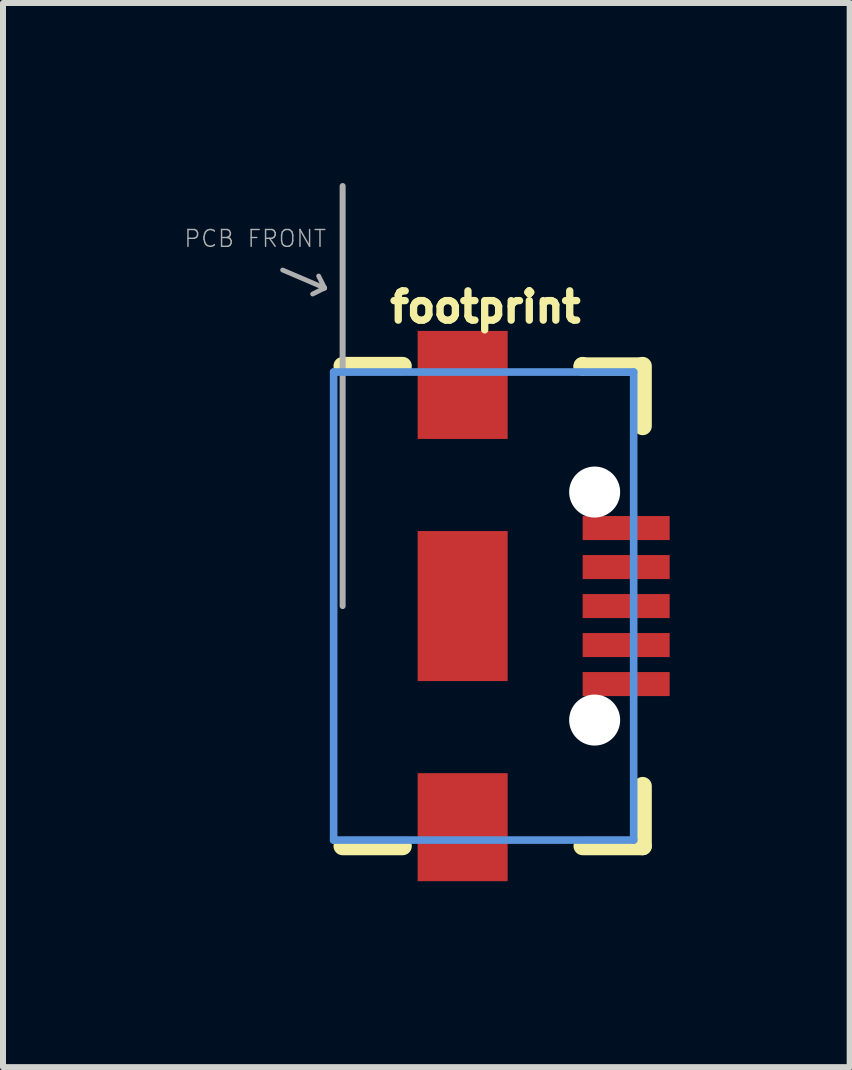
<source format=kicad_pcb>
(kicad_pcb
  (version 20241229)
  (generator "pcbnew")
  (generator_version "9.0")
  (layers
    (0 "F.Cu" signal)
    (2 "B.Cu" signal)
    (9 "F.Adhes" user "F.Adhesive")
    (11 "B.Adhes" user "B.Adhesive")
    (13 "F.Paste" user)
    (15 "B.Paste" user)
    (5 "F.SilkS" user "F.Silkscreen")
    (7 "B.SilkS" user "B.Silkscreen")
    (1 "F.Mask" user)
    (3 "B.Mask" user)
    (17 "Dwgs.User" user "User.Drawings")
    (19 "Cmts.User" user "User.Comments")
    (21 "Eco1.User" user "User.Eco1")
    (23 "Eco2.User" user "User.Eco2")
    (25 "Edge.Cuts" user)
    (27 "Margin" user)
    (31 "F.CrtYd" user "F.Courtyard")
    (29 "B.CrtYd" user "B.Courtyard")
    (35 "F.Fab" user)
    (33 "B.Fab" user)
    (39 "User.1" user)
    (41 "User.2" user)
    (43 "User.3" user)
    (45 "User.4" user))
  (footprint "footprint"
    (layer "F.Cu")
    (at 4.66 7.05)
    (property "Reference" "footprint" (at -1.27 -4.699 0) (layer "F.SilkS") (effects (font (size 0.488 0.488) (thickness 0.122)) (justify left bottom)))
    (fp_poly (pts (xy -0.85 -2.684) (xy 0.85 -2.684) (xy 0.85 -4.684) (xy -0.85 -4.684)) (stroke (width 0) (type solid)) (fill yes) (layer "F.Mask"))
    (fp_poly (pts (xy -0.85 1.35) (xy 0.85 1.35) (xy 0.85 -1.35) (xy -0.85 -1.35)) (stroke (width 0) (type solid)) (fill yes) (layer "F.Mask"))
    (fp_poly (pts (xy -0.85 4.684) (xy 0.85 4.684) (xy 0.85 2.684) (xy -0.85 2.684)) (stroke (width 0) (type solid)) (fill yes) (layer "F.Mask"))
    (fp_line (start -1 -4) (end -2 -4) (stroke (width 0.305) (type solid)) (layer "F.SilkS"))
    (fp_line (start -1 4) (end -2 4) (stroke (width 0.305) (type solid)) (layer "F.SilkS"))
    (fp_line (start 2 -3.993) (end 2 -4) (stroke (width 0.305) (type solid)) (layer "F.SilkS"))
    (fp_line (start 2 4) (end 3 4) (stroke (width 0.305) (type solid)) (layer "F.SilkS"))
    (fp_line (start 2.982 -3.993) (end 2 -3.993) (stroke (width 0.305) (type solid)) (layer "F.SilkS"))
    (fp_line (start 3 -4) (end 3 -3) (stroke (width 0.305) (type solid)) (layer "F.SilkS"))
    (fp_line (start 3 4) (end 3 3) (stroke (width 0.305) (type solid)) (layer "F.SilkS"))
    (fp_poly (pts (xy -0.75 -2.784) (xy 0.75 -2.784) (xy 0.75 -4.584) (xy -0.75 -4.584)) (stroke (width 0) (type solid)) (fill yes) (layer "F.Paste"))
    (fp_poly (pts (xy -0.75 4.584) (xy 0.75 4.584) (xy 0.75 2.784) (xy -0.75 2.784)) (stroke (width 0) (type solid)) (fill yes) (layer "F.Paste"))
    (fp_poly (pts (xy -0.35 0.75) (xy 0.35 0.75) (xy 0.35 -0.75) (xy -0.35 -0.75)) (stroke (width 0) (type solid)) (fill yes) (layer "F.Paste"))
    (fp_line (start -2.15 -3.9) (end -2.15 3.9) (stroke (width 0.127) (type solid)) (layer "Cmts.User"))
    (fp_line (start 2.85 -3.9) (end -2.15 -3.9) (stroke (width 0.127) (type solid)) (layer "Cmts.User"))
    (fp_line (start 2.85 -3.9) (end 2.85 3.9) (stroke (width 0.127) (type solid)) (layer "Cmts.User"))
    (fp_line (start 2.85 3.9) (end -2.15 3.9) (stroke (width 0.127) (type solid)) (layer "Cmts.User"))
    (fp_line (start -3 -5.6) (end -2.3 -5.3) (stroke (width 0.08) (type solid)) (layer "F.Fab"))
    (fp_line (start -2.3 -5.3) (end -2.5 -5.2) (stroke (width 0.08) (type solid)) (layer "F.Fab"))
    (fp_line (start -2.3 -5.3) (end -2.4 -5.5) (stroke (width 0.08) (type solid)) (layer "F.Fab"))
    (fp_line (start -2 -7) (end -2 0) (stroke (width 0.1) (type solid)) (layer "F.Fab"))
    (fp_text user "PCB FRONT" (at -4.66 -5.96 0) (layer "F.Fab") (effects (font (size 0.28 0.28) (thickness 0.024)) (justify left bottom)))
    (pad "" np_thru_hole circle (at 2.2 -1.9) (size 0.85 0.85) (drill 0.85) (layers "*.Cu" "*.Mask"))
    (pad "" np_thru_hole circle (at 2.2 1.9) (size 0.85 0.85) (drill 0.85) (layers "*.Cu" "*.Mask"))
    (pad "D+" smd rect (at 2.725 0 90) (size 0.4 1.45) (layers "F.Cu" "F.Mask" "F.Paste"))
    (pad "D-" smd rect (at 2.725 -0.65 90) (size 0.4 1.45) (layers "F.Cu" "F.Mask" "F.Paste"))
    (pad "GND" smd rect (at 2.725 1.3 90) (size 0.4 1.45) (layers "F.Cu" "F.Mask" "F.Paste"))
    (pad "ID" smd rect (at 2.725 0.65 90) (size 0.4 1.45) (layers "F.Cu" "F.Mask" "F.Paste"))
    (pad "SHIELD1" smd rect (at 0 -3.685 90) (size 1.8 1.5) (layers "F.Cu"))
    (pad "SHIELD2" smd rect (at 0 3.685 90) (size 1.8 1.5) (layers "F.Cu"))
    (pad "SHIELD3" smd rect (at 0 0 90) (size 2.5 1.5) (layers "F.Cu"))
    (pad "VBUS" smd rect (at 2.725 -1.3 90) (size 0.4 1.45) (layers "F.Cu" "F.Mask" "F.Paste")))
  (gr_rect
    (start -3 -3)
    (end 11.11 14.734)
    (stroke (width 0.1) (type default))
    (fill no)
    (layer "Edge.Cuts")))
</source>
